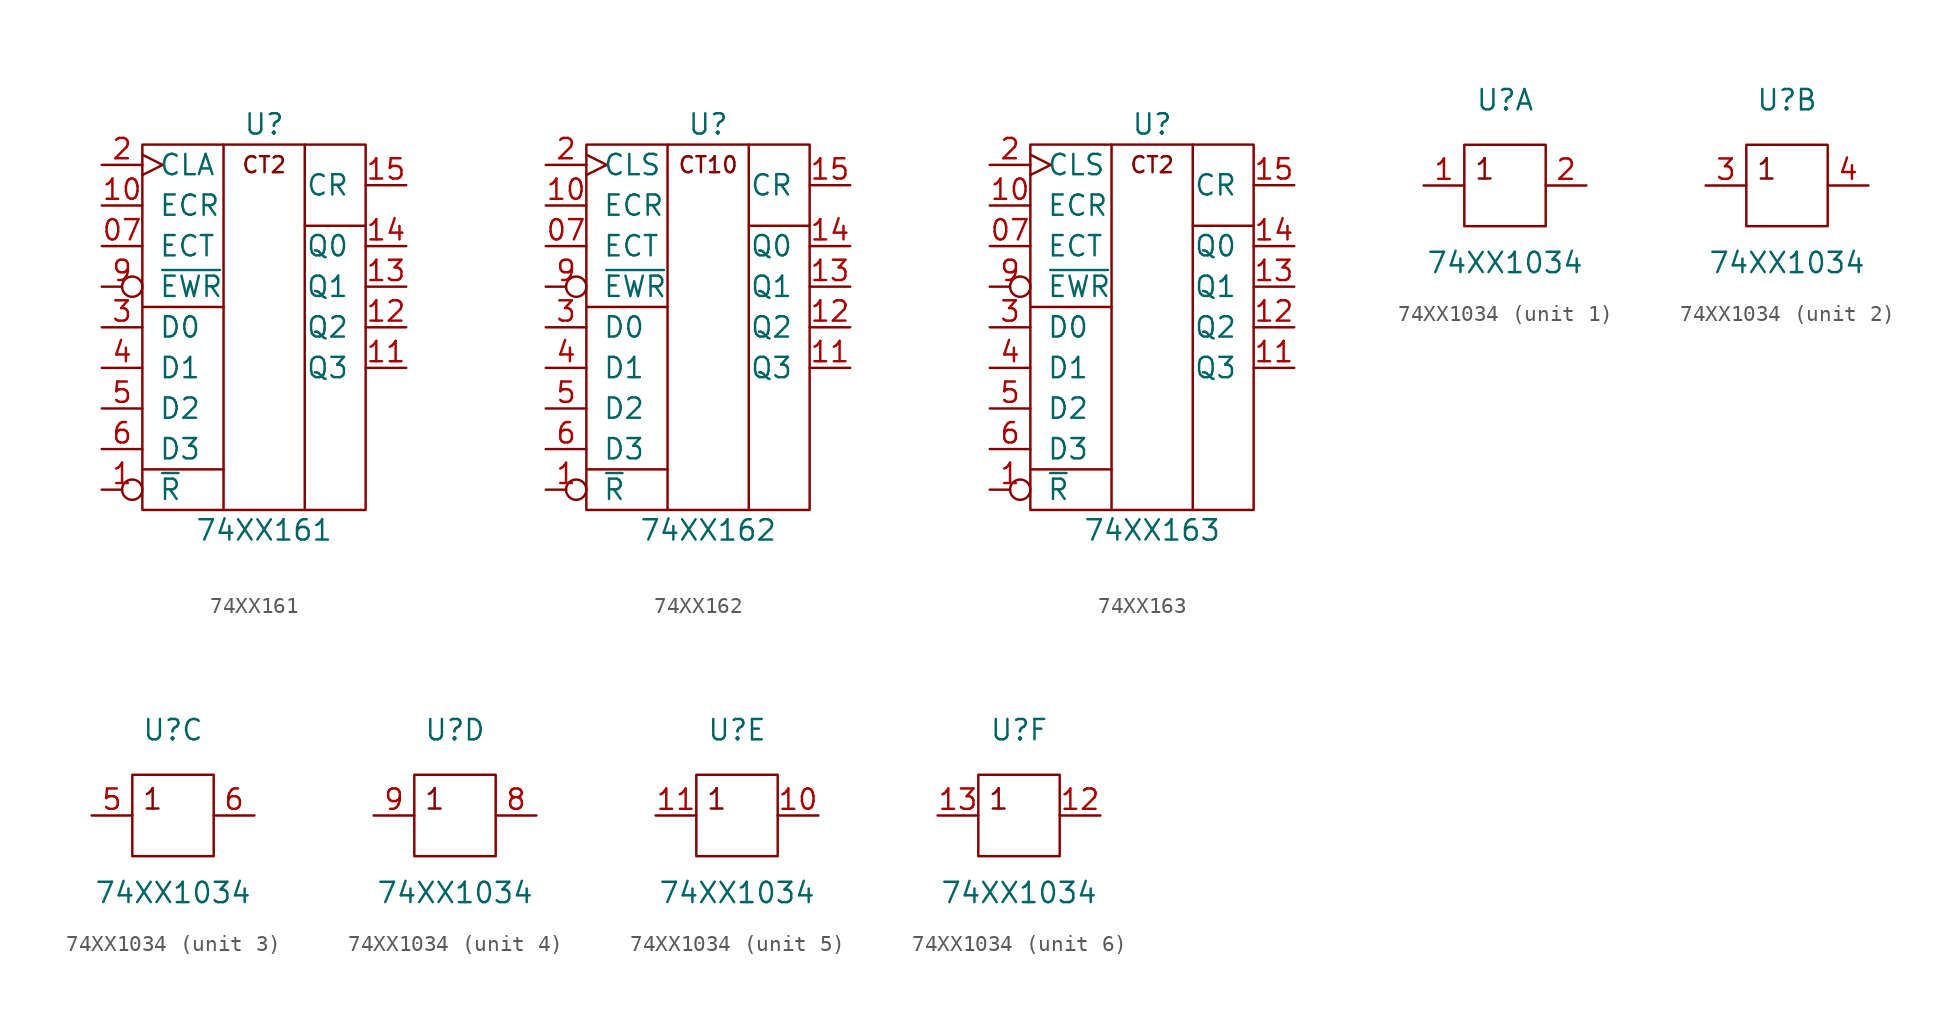
<source format=kicad_sym>
(kicad_symbol_lib
  (version 20211014)
  (generator kicad_symbol_editor)
  (symbol "74XX161"
    (pin_names
      (offset 1.016))
    (property "Reference" "U"
      (at 0 12.7 0)
      (effects (font (size 1.27 1.27))))
    (property "Value" "74XX161"
      (at 0 -12.7 0)
      (effects (font (size 1.27 1.27))))
    (symbol "74XX161_0_0"
      (polyline (pts (xy 2.54 6.35) (xy 6.35 6.35)) (stroke (width 0) (type default) (color 0 0 0 0)) (fill (type none))))
    (symbol "74XX161_1_1"
      (rectangle (start -7.62 -11.43) (end 6.35 11.43) (stroke (width 0) (type default) (color 0 0 0 0)) (fill (type none)))
      (polyline (pts (xy -7.62 -8.89) (xy -2.54 -8.89)) (stroke (width 0) (type default) (color 0 0 0 0)) (fill (type none)))
      (polyline (pts (xy -7.62 1.27) (xy -2.54 1.27)) (stroke (width 0) (type default) (color 0 0 0 0)) (fill (type none)))
      (polyline (pts (xy -2.54 11.43) (xy -2.54 -11.43)) (stroke (width 0) (type default) (color 0 0 0 0)) (fill (type none)))
      (polyline (pts (xy 2.54 11.43) (xy 2.54 -11.43)) (stroke (width 0) (type default) (color 0 0 0 0)) (fill (type none)))
      (text "CT2" (at 0 10.16 0) (effects (font (size 1 1))))
      (pin input line (at -10.16 5.08 0) (length 2.54) (name "ECT" (effects (font (size 1.27 1.27)))) (number "07" (effects (font (size 1.27 1.27)))))
      (pin input inverted (at -10.16 -10.16 0) (length 2.54) (name "~{R}" (effects (font (size 1.27 1.27)))) (number "1" (effects (font (size 1.27 1.27)))))
      (pin input line (at -10.16 7.62 0) (length 2.54) (name "ECR" (effects (font (size 1.27 1.27)))) (number "10" (effects (font (size 1.27 1.27)))))
      (pin output line (at 8.89 -2.54 180) (length 2.54) (name "Q3" (effects (font (size 1.27 1.27)))) (number "11" (effects (font (size 1.27 1.27)))))
      (pin output line (at 8.89 0 180) (length 2.54) (name "Q2" (effects (font (size 1.27 1.27)))) (number "12" (effects (font (size 1.27 1.27)))))
      (pin output line (at 8.89 2.54 180) (length 2.54) (name "Q1" (effects (font (size 1.27 1.27)))) (number "13" (effects (font (size 1.27 1.27)))))
      (pin output line (at 8.89 5.08 180) (length 2.54) (name "Q0" (effects (font (size 1.27 1.27)))) (number "14" (effects (font (size 1.27 1.27)))))
      (pin output line (at 8.89 8.89 180) (length 2.54) (name "CR" (effects (font (size 1.27 1.27)))) (number "15" (effects (font (size 1.27 1.27)))))
      (pin power_in line (at 6.35 11.43 180) (length 0) hide (name "VCC" (effects (font (size 1.27 1.27)))) (number "16" (effects (font (size 1.27 1.27)))))
      (pin input clock (at -10.16 10.16 0) (length 2.54) (name "CLA" (effects (font (size 1.27 1.27)))) (number "2" (effects (font (size 1.27 1.27)))))
      (pin input line (at -10.16 0 0) (length 2.54) (name "D0" (effects (font (size 1.27 1.27)))) (number "3" (effects (font (size 1.27 1.27)))))
      (pin input line (at -10.16 -2.54 0) (length 2.54) (name "D1" (effects (font (size 1.27 1.27)))) (number "4" (effects (font (size 1.27 1.27)))))
      (pin input line (at -10.16 -5.08 0) (length 2.54) (name "D2" (effects (font (size 1.27 1.27)))) (number "5" (effects (font (size 1.27 1.27)))))
      (pin input line (at -10.16 -7.62 0) (length 2.54) (name "D3" (effects (font (size 1.27 1.27)))) (number "6" (effects (font (size 1.27 1.27)))))
      (pin power_in line (at 6.35 -11.43 180) (length 0) hide (name "GND" (effects (font (size 1.27 1.27)))) (number "8" (effects (font (size 1.27 1.27)))))
      (pin input inverted (at -10.16 2.54 0) (length 2.54) (name "~{EWR}" (effects (font (size 1.27 1.27)))) (number "9" (effects (font (size 1.27 1.27)))))))
  (symbol "74XX162"
    (pin_names
      (offset 1.016))
    (property "Reference" "U"
      (at 0 12.7 0)
      (effects (font (size 1.27 1.27))))
    (property "Value" "74XX162"
      (at 0 -12.7 0)
      (effects (font (size 1.27 1.27))))
    (symbol "74XX162_1_1"
      (rectangle (start -7.62 -11.43) (end 6.35 11.43) (stroke (width 0) (type default) (color 0 0 0 0)) (fill (type none)))
      (polyline (pts (xy -7.62 -8.89) (xy -2.54 -8.89)) (stroke (width 0) (type default) (color 0 0 0 0)) (fill (type none)))
      (polyline (pts (xy -7.62 1.27) (xy -2.54 1.27)) (stroke (width 0) (type default) (color 0 0 0 0)) (fill (type none)))
      (polyline (pts (xy -2.54 11.43) (xy -2.54 -11.43)) (stroke (width 0) (type default) (color 0 0 0 0)) (fill (type none)))
      (polyline (pts (xy 2.54 6.35) (xy 6.35 6.35)) (stroke (width 0) (type default) (color 0 0 0 0)) (fill (type none)))
      (polyline (pts (xy 2.54 11.43) (xy 2.54 -11.43)) (stroke (width 0) (type default) (color 0 0 0 0)) (fill (type none)))
      (text "CT10" (at 0 10.16 0) (effects (font (size 1 1))))
      (pin input line (at -10.16 5.08 0) (length 2.54) (name "ECT" (effects (font (size 1.27 1.27)))) (number "07" (effects (font (size 1.27 1.27)))))
      (pin input inverted (at -10.16 -10.16 0) (length 2.54) (name "~{R}" (effects (font (size 1.27 1.27)))) (number "1" (effects (font (size 1.27 1.27)))))
      (pin input line (at -10.16 7.62 0) (length 2.54) (name "ECR" (effects (font (size 1.27 1.27)))) (number "10" (effects (font (size 1.27 1.27)))))
      (pin output line (at 8.89 -2.54 180) (length 2.54) (name "Q3" (effects (font (size 1.27 1.27)))) (number "11" (effects (font (size 1.27 1.27)))))
      (pin output line (at 8.89 0 180) (length 2.54) (name "Q2" (effects (font (size 1.27 1.27)))) (number "12" (effects (font (size 1.27 1.27)))))
      (pin output line (at 8.89 2.54 180) (length 2.54) (name "Q1" (effects (font (size 1.27 1.27)))) (number "13" (effects (font (size 1.27 1.27)))))
      (pin output line (at 8.89 5.08 180) (length 2.54) (name "Q0" (effects (font (size 1.27 1.27)))) (number "14" (effects (font (size 1.27 1.27)))))
      (pin output line (at 8.89 8.89 180) (length 2.54) (name "CR" (effects (font (size 1.27 1.27)))) (number "15" (effects (font (size 1.27 1.27)))))
      (pin power_in line (at 6.35 11.43 180) (length 0) hide (name "VCC" (effects (font (size 1.27 1.27)))) (number "16" (effects (font (size 1.27 1.27)))))
      (pin input clock (at -10.16 10.16 0) (length 2.54) (name "CLS" (effects (font (size 1.27 1.27)))) (number "2" (effects (font (size 1.27 1.27)))))
      (pin input line (at -10.16 0 0) (length 2.54) (name "D0" (effects (font (size 1.27 1.27)))) (number "3" (effects (font (size 1.27 1.27)))))
      (pin input line (at -10.16 -2.54 0) (length 2.54) (name "D1" (effects (font (size 1.27 1.27)))) (number "4" (effects (font (size 1.27 1.27)))))
      (pin input line (at -10.16 -5.08 0) (length 2.54) (name "D2" (effects (font (size 1.27 1.27)))) (number "5" (effects (font (size 1.27 1.27)))))
      (pin input line (at -10.16 -7.62 0) (length 2.54) (name "D3" (effects (font (size 1.27 1.27)))) (number "6" (effects (font (size 1.27 1.27)))))
      (pin power_in line (at 6.35 -11.43 180) (length 0) hide (name "GND" (effects (font (size 1.27 1.27)))) (number "8" (effects (font (size 1.27 1.27)))))
      (pin input inverted (at -10.16 2.54 0) (length 2.54) (name "~{EWR}" (effects (font (size 1.27 1.27)))) (number "9" (effects (font (size 1.27 1.27)))))))
  (symbol "74XX163"
    (pin_names
      (offset 1.016))
    (property "Reference" "U"
      (at 0 12.7 0)
      (effects (font (size 1.27 1.27))))
    (property "Value" "74XX163"
      (at 0 -12.7 0)
      (effects (font (size 1.27 1.27))))
    (symbol "74XX163_0_0"
      (polyline (pts (xy 2.54 6.35) (xy 6.35 6.35)) (stroke (width 0) (type default) (color 0 0 0 0)) (fill (type none))))
    (symbol "74XX163_1_1"
      (rectangle (start -7.62 -11.43) (end 6.35 11.43) (stroke (width 0) (type default) (color 0 0 0 0)) (fill (type none)))
      (polyline (pts (xy -7.62 -8.89) (xy -2.54 -8.89)) (stroke (width 0) (type default) (color 0 0 0 0)) (fill (type none)))
      (polyline (pts (xy -7.62 1.27) (xy -2.54 1.27)) (stroke (width 0) (type default) (color 0 0 0 0)) (fill (type none)))
      (polyline (pts (xy -2.54 11.43) (xy -2.54 -11.43)) (stroke (width 0) (type default) (color 0 0 0 0)) (fill (type none)))
      (polyline (pts (xy 2.54 11.43) (xy 2.54 -11.43)) (stroke (width 0) (type default) (color 0 0 0 0)) (fill (type none)))
      (text "CT2" (at 0 10.16 0) (effects (font (size 1 1))))
      (pin input line (at -10.16 5.08 0) (length 2.54) (name "ECT" (effects (font (size 1.27 1.27)))) (number "07" (effects (font (size 1.27 1.27)))))
      (pin input inverted (at -10.16 -10.16 0) (length 2.54) (name "~{R}" (effects (font (size 1.27 1.27)))) (number "1" (effects (font (size 1.27 1.27)))))
      (pin input line (at -10.16 7.62 0) (length 2.54) (name "ECR" (effects (font (size 1.27 1.27)))) (number "10" (effects (font (size 1.27 1.27)))))
      (pin output line (at 8.89 -2.54 180) (length 2.54) (name "Q3" (effects (font (size 1.27 1.27)))) (number "11" (effects (font (size 1.27 1.27)))))
      (pin output line (at 8.89 0 180) (length 2.54) (name "Q2" (effects (font (size 1.27 1.27)))) (number "12" (effects (font (size 1.27 1.27)))))
      (pin output line (at 8.89 2.54 180) (length 2.54) (name "Q1" (effects (font (size 1.27 1.27)))) (number "13" (effects (font (size 1.27 1.27)))))
      (pin output line (at 8.89 5.08 180) (length 2.54) (name "Q0" (effects (font (size 1.27 1.27)))) (number "14" (effects (font (size 1.27 1.27)))))
      (pin output line (at 8.89 8.89 180) (length 2.54) (name "CR" (effects (font (size 1.27 1.27)))) (number "15" (effects (font (size 1.27 1.27)))))
      (pin power_in line (at 6.35 11.43 180) (length 0) hide (name "VCC" (effects (font (size 1.27 1.27)))) (number "16" (effects (font (size 1.27 1.27)))))
      (pin input clock (at -10.16 10.16 0) (length 2.54) (name "CLS" (effects (font (size 1.27 1.27)))) (number "2" (effects (font (size 1.27 1.27)))))
      (pin input line (at -10.16 0 0) (length 2.54) (name "D0" (effects (font (size 1.27 1.27)))) (number "3" (effects (font (size 1.27 1.27)))))
      (pin input line (at -10.16 -2.54 0) (length 2.54) (name "D1" (effects (font (size 1.27 1.27)))) (number "4" (effects (font (size 1.27 1.27)))))
      (pin input line (at -10.16 -5.08 0) (length 2.54) (name "D2" (effects (font (size 1.27 1.27)))) (number "5" (effects (font (size 1.27 1.27)))))
      (pin input line (at -10.16 -7.62 0) (length 2.54) (name "D3" (effects (font (size 1.27 1.27)))) (number "6" (effects (font (size 1.27 1.27)))))
      (pin power_in line (at 6.35 -11.43 180) (length 0) hide (name "GND" (effects (font (size 1.27 1.27)))) (number "8" (effects (font (size 1.27 1.27)))))
      (pin input inverted (at -10.16 2.54 0) (length 2.54) (name "~{EWR}" (effects (font (size 1.27 1.27)))) (number "9" (effects (font (size 1.27 1.27)))))))
  (symbol "74XX1034"
    (pin_names
      (offset 1.016) hide)
    (property "Reference" "U"
      (at 0 5.334 0)
      (effects (font (size 1.27 1.27))))
    (property "Value" "74XX1034"
      (at 0 -4.826 0)
      (effects (font (size 1.27 1.27))))
    (symbol "74XX1034_0_0"
      (rectangle (start -2.54 -2.54) (end 2.54 2.54) (stroke (width 0) (type default) (color 0 0 0 0)) (fill (type none)))
      (text "1" (at -1.27 1.016 0) (effects (font (size 1.27 1.27)))))
    (symbol "74XX1034_0_1"
      (pin power_in line (at 2.54 2.54 180) (length 0) hide (name "VCC" (effects (font (size 1.27 1.27)))) (number "14" (effects (font (size 1.27 1.27)))))
      (pin power_in line (at 2.54 -2.54 180) (length 0) hide (name "GND" (effects (font (size 1.27 1.27)))) (number "7" (effects (font (size 1.27 1.27))))))
    (symbol "74XX1034_1_1"
      (pin input line (at -5.08 0 0) (length 2.54) (name "A" (effects (font (size 1.27 1.27)))) (number "1" (effects (font (size 1.27 1.27)))))
      (pin output line (at 5.08 0 180) (length 2.54) (name "Y" (effects (font (size 1.27 1.27)))) (number "2" (effects (font (size 1.27 1.27))))))
    (symbol "74XX1034_2_1"
      (pin input line (at -5.08 0 0) (length 2.54) (name "A" (effects (font (size 1.27 1.27)))) (number "3" (effects (font (size 1.27 1.27)))))
      (pin output line (at 5.08 0 180) (length 2.54) (name "Y" (effects (font (size 1.27 1.27)))) (number "4" (effects (font (size 1.27 1.27))))))
    (symbol "74XX1034_3_1"
      (pin input line (at -5.08 0 0) (length 2.54) (name "A" (effects (font (size 1.27 1.27)))) (number "5" (effects (font (size 1.27 1.27)))))
      (pin output line (at 5.08 0 180) (length 2.54) (name "Y" (effects (font (size 1.27 1.27)))) (number "6" (effects (font (size 1.27 1.27))))))
    (symbol "74XX1034_4_1"
      (pin output line (at 5.08 0 180) (length 2.54) (name "Y" (effects (font (size 1.27 1.27)))) (number "8" (effects (font (size 1.27 1.27)))))
      (pin input line (at -5.08 0 0) (length 2.54) (name "A" (effects (font (size 1.27 1.27)))) (number "9" (effects (font (size 1.27 1.27))))))
    (symbol "74XX1034_5_1"
      (pin output line (at 5.08 0 180) (length 2.54) (name "Y" (effects (font (size 1.27 1.27)))) (number "10" (effects (font (size 1.27 1.27)))))
      (pin input line (at -5.08 0 0) (length 2.54) (name "A" (effects (font (size 1.27 1.27)))) (number "11" (effects (font (size 1.27 1.27))))))
    (symbol "74XX1034_6_1"
      (pin output line (at 5.08 0 180) (length 2.54) (name "Y" (effects (font (size 1.27 1.27)))) (number "12" (effects (font (size 1.27 1.27)))))
      (pin input line (at -5.08 0 0) (length 2.54) (name "A" (effects (font (size 1.27 1.27)))) (number "13" (effects (font (size 1.27 1.27))))))))
</source>
